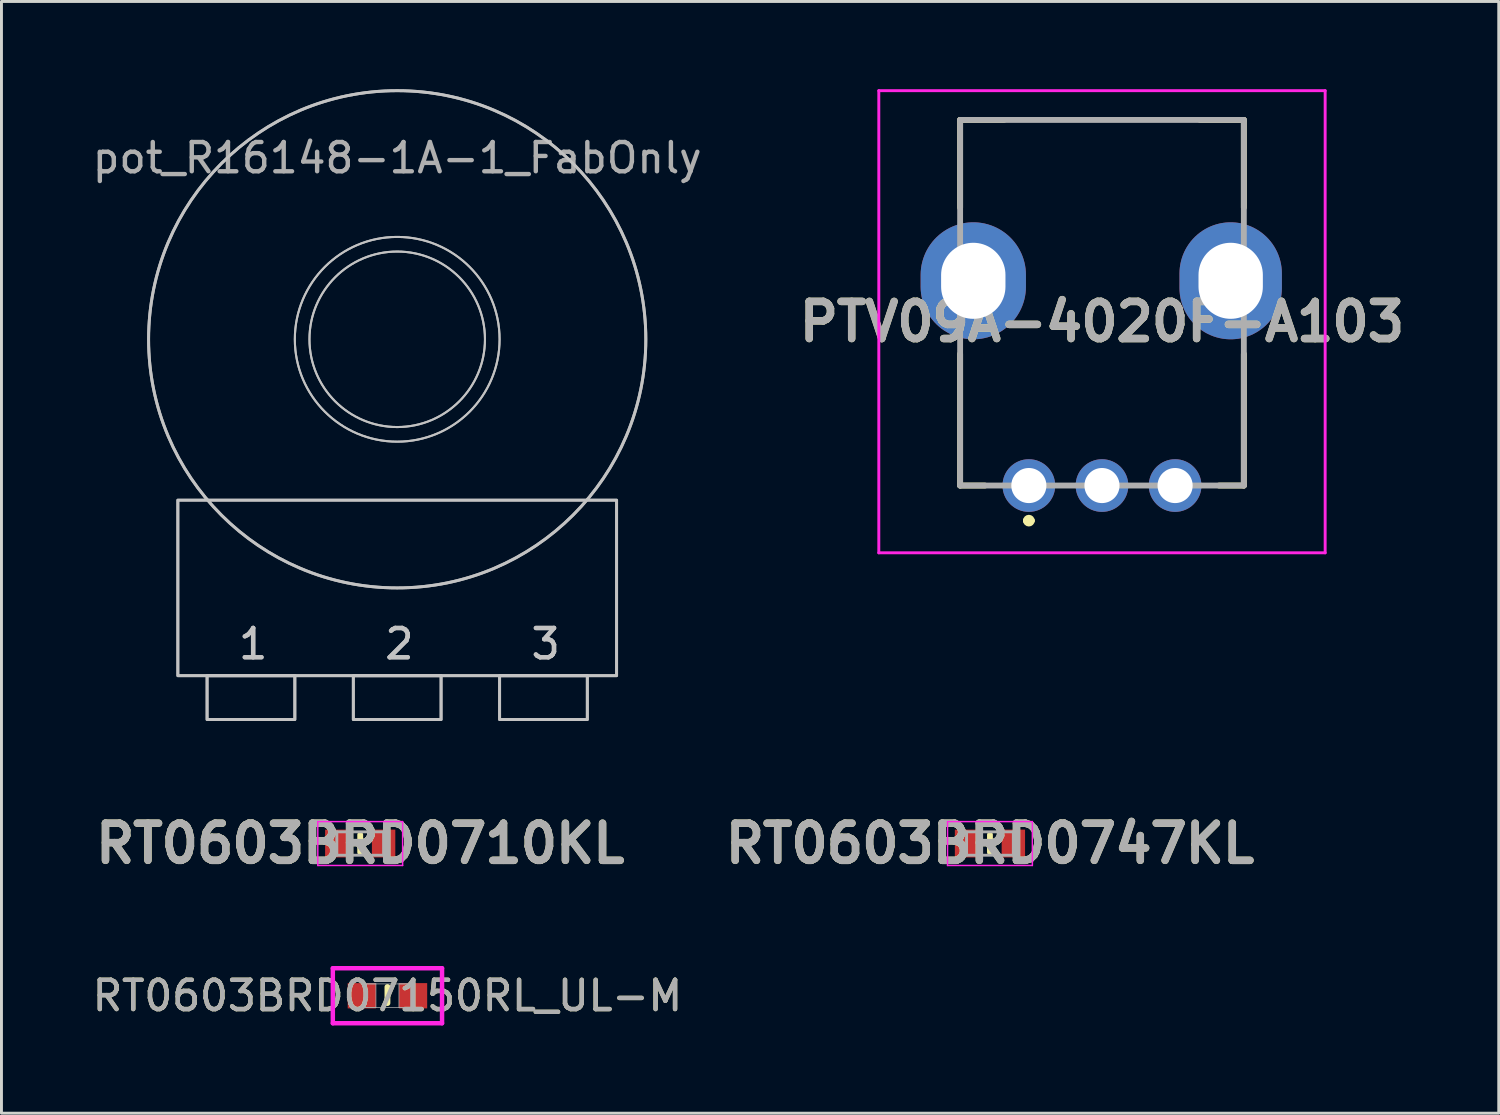
<source format=kicad_pcb>
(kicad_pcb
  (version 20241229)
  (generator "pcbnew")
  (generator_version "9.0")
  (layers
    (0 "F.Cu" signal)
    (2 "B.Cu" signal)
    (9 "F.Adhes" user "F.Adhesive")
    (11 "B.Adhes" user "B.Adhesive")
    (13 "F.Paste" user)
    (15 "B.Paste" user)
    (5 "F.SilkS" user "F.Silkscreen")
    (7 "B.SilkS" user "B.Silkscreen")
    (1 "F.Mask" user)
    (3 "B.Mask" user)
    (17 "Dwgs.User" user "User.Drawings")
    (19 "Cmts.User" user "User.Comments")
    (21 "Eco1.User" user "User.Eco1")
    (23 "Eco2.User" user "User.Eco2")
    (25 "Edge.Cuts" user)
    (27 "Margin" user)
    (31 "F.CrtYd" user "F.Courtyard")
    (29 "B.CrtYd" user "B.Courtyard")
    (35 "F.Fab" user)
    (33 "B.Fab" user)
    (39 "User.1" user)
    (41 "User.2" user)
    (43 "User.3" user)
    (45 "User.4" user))
  (footprint "pot_R16148-1A-1_FabOnly"
    (layer "F.Cu")
    (at 10.53 8.55)
    (property "Reference" "pot_R16148-1A-1_FabOnly" (at 0 -6.2 0) (unlocked yes) (layer "F.Fab") (effects (font (size 1 1) (thickness 0.15))))
    (attr through_hole board_only exclude_from_pos_files exclude_from_bom allow_missing_courtyard)
    (fp_rect (start -7.5 5.5) (end 7.5 11.5) (stroke (width 0.1) (type default)) (fill no) (layer "Dwgs.User"))
    (fp_rect (start -6.5 11.5) (end -3.5 13) (stroke (width 0.1) (type default)) (fill no) (layer "Dwgs.User"))
    (fp_rect (start -1.5 11.5) (end 1.5 13) (stroke (width 0.1) (type default)) (fill no) (layer "Dwgs.User"))
    (fp_rect (start 3.5 11.5) (end 6.5 13) (stroke (width 0.1) (type default)) (fill no) (layer "Dwgs.User"))
    (fp_circle (center 0 0) (end 0 -8.5) (stroke (width 0.1) (type default)) (fill no) (layer "Dwgs.User"))
    (fp_circle (center 0 0) (end 3 0) (stroke (width 0.07) (type default)) (fill no) (layer "Dwgs.User"))
    (fp_circle (center 0 0) (end 3.5 0) (stroke (width 0.07) (type default)) (fill no) (layer "Dwgs.User"))
    (fp_rect (start -7.5 5.5) (end 7.5 11.5) (stroke (width 0.1) (type default)) (fill no) (layer "F.Fab"))
    (fp_rect (start -6.5 11.5) (end -3.5 13) (stroke (width 0.1) (type default)) (fill no) (layer "F.Fab"))
    (fp_rect (start -1.5 11.5) (end 1.5 13) (stroke (width 0.1) (type default)) (fill no) (layer "F.Fab"))
    (fp_rect (start 3.5 11.5) (end 6.5 13) (stroke (width 0.1) (type default)) (fill no) (layer "F.Fab"))
    (fp_circle (center 0 0.000001) (end 3 0.000001) (stroke (width 0.07) (type default)) (fill no) (layer "F.Fab"))
    (fp_circle (center 0 0.000001) (end 3.5 0.000001) (stroke (width 0.07) (type default)) (fill no) (layer "F.Fab"))
    (fp_circle (center 0 0.000001) (end 8.5 0.000001) (stroke (width 0.1) (type default)) (fill no) (layer "F.Fab"))
    (fp_text user "3" (at 4.5 11 0) (unlocked yes) (layer "Dwgs.User") (effects (font (size 1 1) (thickness 0.15)) (justify left bottom)))
    (fp_text user "2" (at -0.5 11 0) (unlocked yes) (layer "Dwgs.User") (effects (font (size 1 1) (thickness 0.15)) (justify left bottom)))
    (fp_text user "1" (at -5.5 11 0) (unlocked yes) (layer "Dwgs.User") (effects (font (size 1 1) (thickness 0.15)) (justify left bottom)))
    (fp_text user "1" (at -5.5 11 0) (unlocked yes) (layer "F.Fab") (effects (font (size 1 1) (thickness 0.15)) (justify left bottom)))
    (fp_text user "3" (at 4.5 11 0) (unlocked yes) (layer "F.Fab") (effects (font (size 1 1) (thickness 0.15)) (justify left bottom)))
    (fp_text user "2" (at -0.5 11 0) (unlocked yes) (layer "F.Fab") (effects (font (size 1 1) (thickness 0.15)) (justify left bottom))))
  (footprint "RT0603BRD07150RL_UL-M"
    (layer "F.Cu")
    (at 10.196 30.993)
    (property "Reference" "RT0603BRD07150RL_UL-M" (at 0 0 0) (unlocked yes) (layer "F.SilkS") (effects (font (size 1 1) (thickness 0.15))))
    (attr smd)
    (fp_line (start 0 -0.3) (end 0 0.25) (stroke (width 0.2) (type default)) (layer "F.SilkS"))
    (fp_line (start -1.867 -0.94) (end 1.867 -0.94) (stroke (width 0.152) (type solid)) (layer "F.CrtYd"))
    (fp_line (start -1.867 0.94) (end -1.867 -0.94) (stroke (width 0.152) (type solid)) (layer "F.CrtYd"))
    (fp_line (start 1.867 -0.94) (end 1.867 0.94) (stroke (width 0.152) (type solid)) (layer "F.CrtYd"))
    (fp_line (start 1.867 0.94) (end -1.867 0.94) (stroke (width 0.152) (type solid)) (layer "F.CrtYd"))
    (fp_line (start -0.8 -0.406) (end -0.8 0.406) (stroke (width 0.025) (type solid)) (layer "F.Fab"))
    (fp_line (start -0.8 -0.406) (end -0.8 0.406) (stroke (width 0.025) (type solid)) (layer "F.Fab"))
    (fp_line (start -0.8 0.406) (end -0.394 0.406) (stroke (width 0.025) (type solid)) (layer "F.Fab"))
    (fp_line (start -0.8 0.406) (end 0.8 0.406) (stroke (width 0.025) (type solid)) (layer "F.Fab"))
    (fp_line (start -0.394 -0.406) (end -0.8 -0.406) (stroke (width 0.025) (type solid)) (layer "F.Fab"))
    (fp_line (start -0.394 0.406) (end -0.394 -0.406) (stroke (width 0.025) (type solid)) (layer "F.Fab"))
    (fp_line (start 0.394 -0.406) (end 0.394 0.406) (stroke (width 0.025) (type solid)) (layer "F.Fab"))
    (fp_line (start 0.394 0.406) (end 0.8 0.406) (stroke (width 0.025) (type solid)) (layer "F.Fab"))
    (fp_line (start 0.8 -0.406) (end -0.8 -0.406) (stroke (width 0.025) (type solid)) (layer "F.Fab"))
    (fp_line (start 0.8 -0.406) (end 0.394 -0.406) (stroke (width 0.025) (type solid)) (layer "F.Fab"))
    (fp_line (start 0.8 0.406) (end 0.8 -0.406) (stroke (width 0.025) (type solid)) (layer "F.Fab"))
    (fp_line (start 0.8 0.406) (end 0.8 -0.406) (stroke (width 0.025) (type solid)) (layer "F.Fab"))
    (fp_text user "${REFERENCE}" (at 0 0 0) (unlocked yes) (layer "F.Fab") (effects (font (size 1 1) (thickness 0.15))))
    (pad "1" smd rect (at -0.876 0) (size 0.965 0.864) (layers "F.Cu" "F.Mask" "F.Paste"))
    (pad "2" smd rect (at 0.876 0) (size 0.965 0.864) (layers "F.Cu" "F.Mask" "F.Paste"))
    (zone (net_name "") (layer "F.Cu") (hatch full 0.508) (connect_pads) (min_thickness 0.254) (filled_areas_thickness no) (keepout (tracks not_allowed) (vias not_allowed) (pads allowed) (copperpour not_allowed) (footprints allowed)) (placement (enabled no)) (fill) (polygon (pts (xy 9.854 30.638) (xy 10.539 30.638) (xy 10.539 31.349) (xy 9.854 31.349)))))
  (footprint "RT0603BRD0747KL"
    (layer "F.Cu")
    (at 30.795 25.789)
    (property "Reference" "RT0603BRD0747KL" (at 0 0 0) (layer "F.SilkS") (effects (font (size 1.27 1.27) (thickness 0.254))))
    (attr smd)
    (fp_line (start 0 -0.3) (end 0 0.3) (stroke (width 0.2) (type solid)) (layer "F.SilkS"))
    (fp_line (start -1.45 -0.75) (end 1.45 -0.75) (stroke (width 0.05) (type solid)) (layer "F.CrtYd"))
    (fp_line (start -1.45 0.75) (end -1.45 -0.75) (stroke (width 0.05) (type solid)) (layer "F.CrtYd"))
    (fp_line (start 1.45 -0.75) (end 1.45 0.75) (stroke (width 0.05) (type solid)) (layer "F.CrtYd"))
    (fp_line (start 1.45 0.75) (end -1.45 0.75) (stroke (width 0.05) (type solid)) (layer "F.CrtYd"))
    (fp_line (start -0.8 -0.4) (end 0.8 -0.4) (stroke (width 0.1) (type solid)) (layer "F.Fab"))
    (fp_line (start -0.8 0.4) (end -0.8 -0.4) (stroke (width 0.1) (type solid)) (layer "F.Fab"))
    (fp_line (start 0.8 -0.4) (end 0.8 0.4) (stroke (width 0.1) (type solid)) (layer "F.Fab"))
    (fp_line (start 0.8 0.4) (end -0.8 0.4) (stroke (width 0.1) (type solid)) (layer "F.Fab"))
    (fp_text user "${REFERENCE}" (at 0 0 0) (layer "F.Fab") (effects (font (size 1.27 1.27) (thickness 0.254))))
    (pad "1" smd rect (at -0.8 0) (size 0.8 0.95) (layers "F.Cu" "F.Mask" "F.Paste"))
    (pad "2" smd rect (at 0.8 0) (size 0.8 0.95) (layers "F.Cu" "F.Mask" "F.Paste")))
  (footprint "RT0603BRD0710KL"
    (layer "F.Cu")
    (at 9.265 25.789)
    (property "Reference" "RT0603BRD0710KL" (at 0 0 0) (layer "F.SilkS") (effects (font (size 1.27 1.27) (thickness 0.254))))
    (attr smd)
    (fp_line (start 0 -0.3) (end 0 0.3) (stroke (width 0.2) (type solid)) (layer "F.SilkS"))
    (fp_line (start -1.45 -0.75) (end 1.45 -0.75) (stroke (width 0.05) (type solid)) (layer "F.CrtYd"))
    (fp_line (start -1.45 0.75) (end -1.45 -0.75) (stroke (width 0.05) (type solid)) (layer "F.CrtYd"))
    (fp_line (start 1.45 -0.75) (end 1.45 0.75) (stroke (width 0.05) (type solid)) (layer "F.CrtYd"))
    (fp_line (start 1.45 0.75) (end -1.45 0.75) (stroke (width 0.05) (type solid)) (layer "F.CrtYd"))
    (fp_line (start -0.8 -0.4) (end 0.8 -0.4) (stroke (width 0.1) (type solid)) (layer "F.Fab"))
    (fp_line (start -0.8 0.4) (end -0.8 -0.4) (stroke (width 0.1) (type solid)) (layer "F.Fab"))
    (fp_line (start 0.8 -0.4) (end 0.8 0.4) (stroke (width 0.1) (type solid)) (layer "F.Fab"))
    (fp_line (start 0.8 0.4) (end -0.8 0.4) (stroke (width 0.1) (type solid)) (layer "F.Fab"))
    (fp_text user "${REFERENCE}" (at 0 0 0) (layer "F.Fab") (effects (font (size 1.27 1.27) (thickness 0.254))))
    (pad "1" smd rect (at -0.8 0) (size 0.8 0.95) (layers "F.Cu" "F.Mask" "F.Paste"))
    (pad "2" smd rect (at 0.8 0) (size 0.8 0.95) (layers "F.Cu" "F.Mask" "F.Paste")))
  (footprint "PTV09A-4020F-A103"
    (layer "F.Cu")
    (at 34.625 7.95)
    (property "Reference" "PTV09A-4020F-A103" (at 0 0 0) (layer "F.SilkS") (effects (font (size 1.27 1.27) (thickness 0.254))))
    (attr through_hole)
    (fp_line (start -4.85 -6.9) (end -3.35 -6.9) (stroke (width 0.2) (type default)) (layer "F.SilkS"))
    (fp_line (start -4.85 -3.9) (end -4.85 -6.9) (stroke (width 0.2) (type solid)) (layer "F.SilkS"))
    (fp_line (start -4.85 1.1) (end -4.85 5.6) (stroke (width 0.2) (type solid)) (layer "F.SilkS"))
    (fp_line (start -4.85 5.6) (end -4 5.6) (stroke (width 0.2) (type solid)) (layer "F.SilkS"))
    (fp_line (start -2.6 6.8) (end -2.6 6.8) (stroke (width 0.2) (type solid)) (layer "F.SilkS"))
    (fp_line (start -2.4 6.8) (end -2.4 6.8) (stroke (width 0.2) (type solid)) (layer "F.SilkS"))
    (fp_line (start 4 5.6) (end 4.85 5.6) (stroke (width 0.2) (type solid)) (layer "F.SilkS"))
    (fp_line (start 4.85 -6.9) (end 3.35 -6.9) (stroke (width 0.2) (type default)) (layer "F.SilkS"))
    (fp_line (start 4.85 -6.9) (end 4.85 -3.9) (stroke (width 0.2) (type solid)) (layer "F.SilkS"))
    (fp_line (start 4.85 5.6) (end 4.85 1.1) (stroke (width 0.2) (type solid)) (layer "F.SilkS"))
    (fp_arc (start -2.6 6.8) (mid -2.5 6.7) (end -2.4 6.8) (stroke (width 0.2) (type solid)) (layer "F.SilkS"))
    (fp_arc (start -2.4 6.8) (mid -2.5 6.9) (end -2.6 6.8) (stroke (width 0.2) (type solid)) (layer "F.SilkS"))
    (fp_line (start -7.63 -7.9) (end 7.63 -7.9) (stroke (width 0.1) (type solid)) (layer "F.CrtYd"))
    (fp_line (start -7.63 7.9) (end -7.63 -7.9) (stroke (width 0.1) (type solid)) (layer "F.CrtYd"))
    (fp_line (start 7.63 -7.9) (end 7.63 7.9) (stroke (width 0.1) (type solid)) (layer "F.CrtYd"))
    (fp_line (start 7.63 7.9) (end -7.63 7.9) (stroke (width 0.1) (type solid)) (layer "F.CrtYd"))
    (fp_line (start -4.85 -6.9) (end 4.85 -6.9) (stroke (width 0.2) (type solid)) (layer "F.Fab"))
    (fp_line (start -4.85 5.6) (end -4.85 -6.9) (stroke (width 0.2) (type solid)) (layer "F.Fab"))
    (fp_line (start 4.85 -6.9) (end 4.85 5.6) (stroke (width 0.2) (type solid)) (layer "F.Fab"))
    (fp_line (start 4.85 5.6) (end -4.85 5.6) (stroke (width 0.2) (type solid)) (layer "F.Fab"))
    (fp_text user "${REFERENCE}" (at 0 0 0) (layer "F.Fab") (effects (font (size 1.27 1.27) (thickness 0.254))))
    (pad "1" thru_hole circle (at -2.5 5.6) (size 1.8 1.8) (drill 1.2) (layers "*.Cu" "*.Mask"))
    (pad "2" thru_hole circle (at 0 5.6) (size 1.8 1.8) (drill 1.2) (layers "*.Cu" "*.Mask"))
    (pad "3" thru_hole circle (at 2.5 5.6) (size 1.8 1.8) (drill 1.2) (layers "*.Cu" "*.Mask"))
    (pad "4" thru_hole oval (at -4.4 -1.4) (size 3.6 4) (drill oval 2.2 2.6) (layers "*.Cu" "*.Mask"))
    (pad "5" thru_hole oval (at 4.4 -1.4) (size 3.5 4) (drill oval 2.2 2.6) (layers "*.Cu" "*.Mask")))
  (gr_rect
    (start -3 -3)
    (end 48.19 35.009)
    (stroke (width 0.1) (type default))
    (fill no)
    (layer "Edge.Cuts")))
</source>
